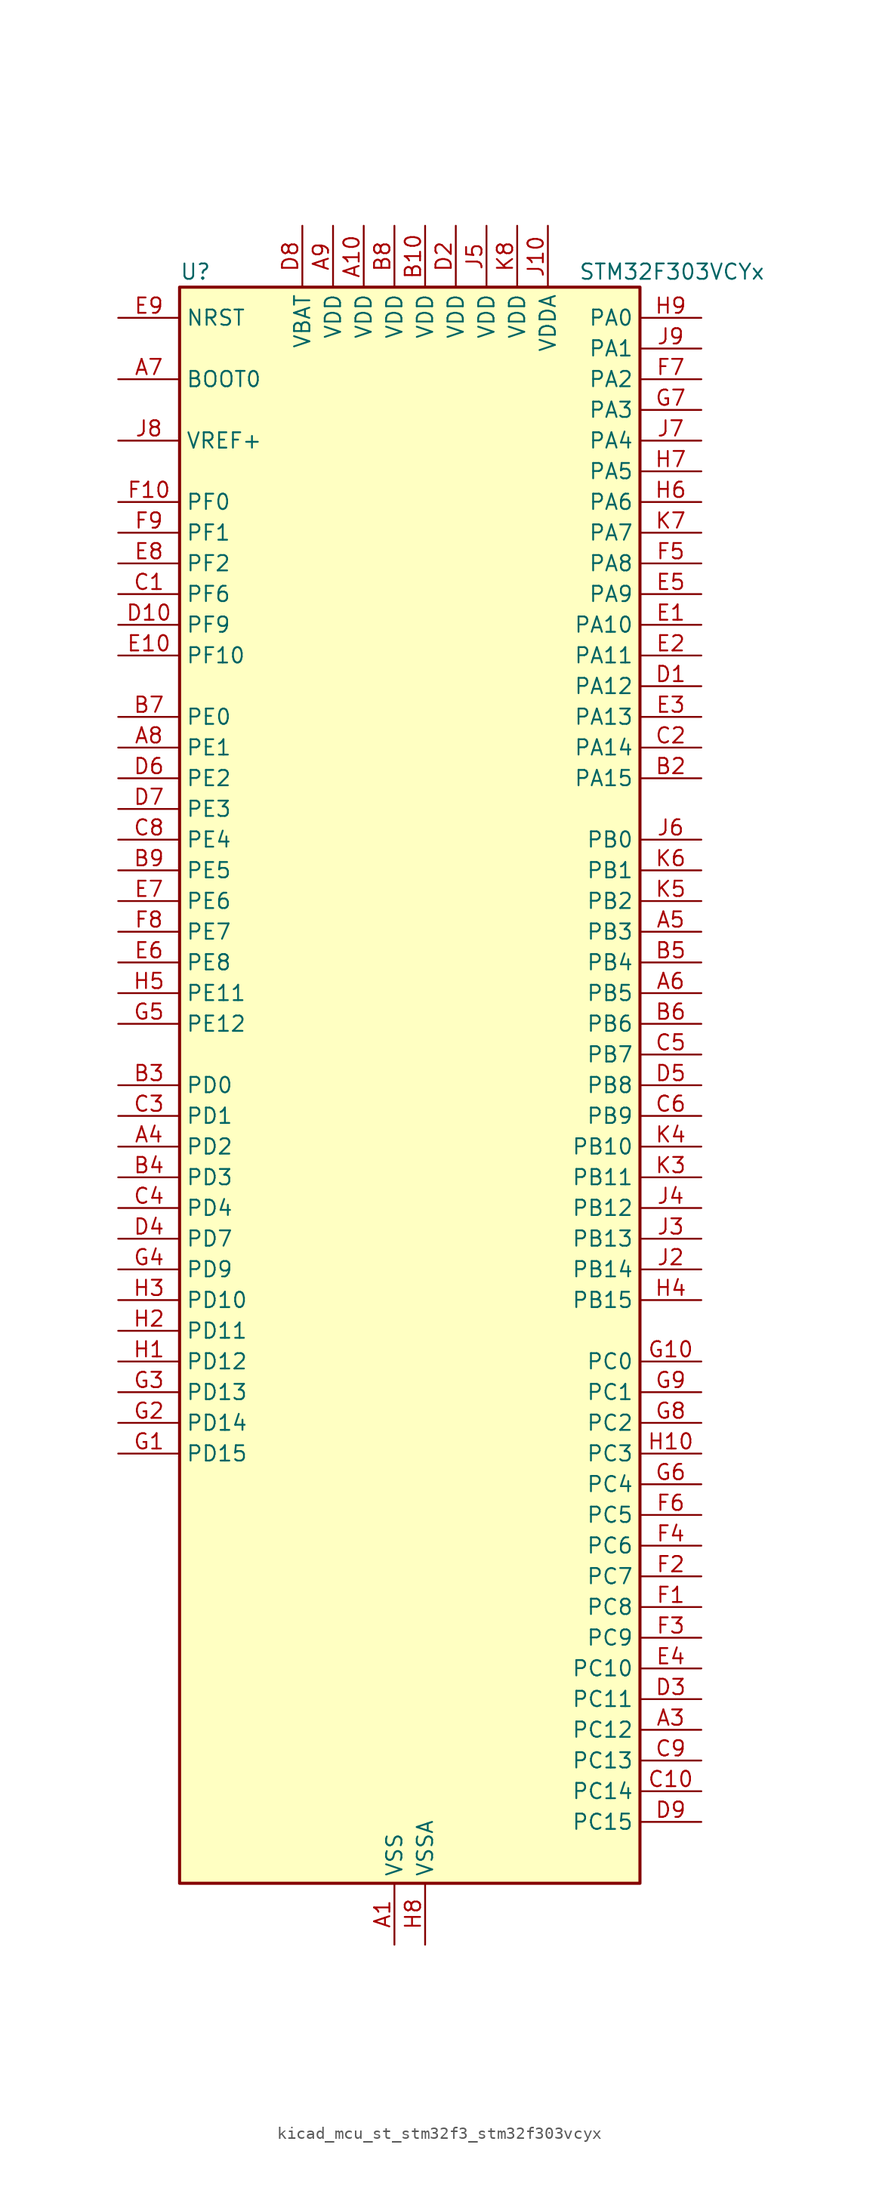
<source format=kicad_sym>
(kicad_symbol_lib
  (version 20220914)
  (generator kicad_symbol_editor)
  (symbol "kicad_mcu_st_stm32f3_stm32f303vcyx"
    (property "Reference" "U"
      (at -17.78 67.31 0)
      (effects (font (size 1.27 1.27)) (justify left)))
    (property "Value" "STM32F303VCYx"
      (at 15.24 67.31 0)
      (effects (font (size 1.27 1.27)) (justify left)))
    (property "ki_locked" ""
      (at 0 0 0)
      (effects (font (size 1.27 1.27))))
    (symbol "kicad_mcu_st_stm32f3_stm32f303vcyx_0_1"
      (rectangle (start -17.78 -66.04) (end 20.32 66.04) (stroke (width 0.254) (type default)) (fill (type background))))
    (symbol "kicad_mcu_st_stm32f3_stm32f303vcyx_1_1"
      (pin power_in line (at 0 -71.12 90) (length 5.08) (name "VSS" (effects (font (size 1.27 1.27)))) (number "A1" (effects (font (size 1.27 1.27)))))
      (pin power_in line (at -2.54 71.12 270) (length 5.08) (name "VDD" (effects (font (size 1.27 1.27)))) (number "A10" (effects (font (size 1.27 1.27)))))
      (pin passive line (at 0 -71.12 90) (length 5.08) hide (name "VSS" (effects (font (size 1.27 1.27)))) (number "A2" (effects (font (size 1.27 1.27)))))
      (pin bidirectional line (at 25.4 -53.34 180) (length 5.08) (name "PC12" (effects (font (size 1.27 1.27)))) (number "A3" (effects (font (size 1.27 1.27)))) (alternate "I2S3_SD" bidirectional line) (alternate "SPI3_MOSI" bidirectional line) (alternate "TIM8_CH3N" bidirectional line) (alternate "UART5_TX" bidirectional line) (alternate "USART3_CK" bidirectional line))
      (pin bidirectional line (at -22.86 -5.08 0) (length 5.08) (name "PD2" (effects (font (size 1.27 1.27)))) (number "A4" (effects (font (size 1.27 1.27)))) (alternate "ADC3_EXTI2" bidirectional line) (alternate "ADC4_EXTI2" bidirectional line) (alternate "TIM3_ETR" bidirectional line) (alternate "TIM8_BKIN" bidirectional line) (alternate "UART5_RX" bidirectional line))
      (pin bidirectional line (at 25.4 12.7 180) (length 5.08) (name "PB3" (effects (font (size 1.27 1.27)))) (number "A5" (effects (font (size 1.27 1.27)))) (alternate "I2S3_CK" bidirectional line) (alternate "SPI1_SCK" bidirectional line) (alternate "SPI3_SCK" bidirectional line) (alternate "SYS_JTDO-TRACESWO" bidirectional line) (alternate "TIM2_CH2" bidirectional line) (alternate "TIM3_ETR" bidirectional line) (alternate "TIM4_ETR" bidirectional line) (alternate "TIM8_CH1N" bidirectional line) (alternate "TSC_G5_IO1" bidirectional line) (alternate "USART2_TX" bidirectional line))
      (pin bidirectional line (at 25.4 7.62 180) (length 5.08) (name "PB5" (effects (font (size 1.27 1.27)))) (number "A6" (effects (font (size 1.27 1.27)))) (alternate "I2C1_SMBA" bidirectional line) (alternate "I2S3_SD" bidirectional line) (alternate "SPI1_MOSI" bidirectional line) (alternate "SPI3_MOSI" bidirectional line) (alternate "TIM16_BKIN" bidirectional line) (alternate "TIM17_CH1" bidirectional line) (alternate "TIM3_CH2" bidirectional line) (alternate "TIM8_CH3N" bidirectional line) (alternate "USART2_CK" bidirectional line))
      (pin input line (at -22.86 58.42 0) (length 5.08) (name "BOOT0" (effects (font (size 1.27 1.27)))) (number "A7" (effects (font (size 1.27 1.27)))))
      (pin bidirectional line (at -22.86 27.94 0) (length 5.08) (name "PE1" (effects (font (size 1.27 1.27)))) (number "A8" (effects (font (size 1.27 1.27)))) (alternate "TIM17_CH1" bidirectional line) (alternate "USART1_RX" bidirectional line))
      (pin power_in line (at -5.08 71.12 270) (length 5.08) (name "VDD" (effects (font (size 1.27 1.27)))) (number "A9" (effects (font (size 1.27 1.27)))))
      (pin passive line (at 0 -71.12 90) (length 5.08) hide (name "VSS" (effects (font (size 1.27 1.27)))) (number "B1" (effects (font (size 1.27 1.27)))))
      (pin power_in line (at 2.54 71.12 270) (length 5.08) (name "VDD" (effects (font (size 1.27 1.27)))) (number "B10" (effects (font (size 1.27 1.27)))))
      (pin bidirectional line (at 25.4 25.4 180) (length 5.08) (name "PA15" (effects (font (size 1.27 1.27)))) (number "B2" (effects (font (size 1.27 1.27)))) (alternate "ADC1_EXTI15" bidirectional line) (alternate "ADC2_EXTI15" bidirectional line) (alternate "I2C1_SCL" bidirectional line) (alternate "I2S3_WS" bidirectional line) (alternate "SPI1_NSS" bidirectional line) (alternate "SPI3_NSS" bidirectional line) (alternate "SYS_JTDI" bidirectional line) (alternate "TIM1_BKIN" bidirectional line) (alternate "TIM2_CH1" bidirectional line) (alternate "TIM2_ETR" bidirectional line) (alternate "TIM8_CH1" bidirectional line) (alternate "USART2_RX" bidirectional line))
      (pin bidirectional line (at -22.86 0 0) (length 5.08) (name "PD0" (effects (font (size 1.27 1.27)))) (number "B3" (effects (font (size 1.27 1.27)))) (alternate "CAN_RX" bidirectional line))
      (pin bidirectional line (at -22.86 -7.62 0) (length 5.08) (name "PD3" (effects (font (size 1.27 1.27)))) (number "B4" (effects (font (size 1.27 1.27)))) (alternate "TIM2_CH1" bidirectional line) (alternate "TIM2_ETR" bidirectional line) (alternate "USART2_CTS" bidirectional line))
      (pin bidirectional line (at 25.4 10.16 180) (length 5.08) (name "PB4" (effects (font (size 1.27 1.27)))) (number "B5" (effects (font (size 1.27 1.27)))) (alternate "I2S3_ext_SD" bidirectional line) (alternate "SPI1_MISO" bidirectional line) (alternate "SPI3_MISO" bidirectional line) (alternate "SYS_NJTRST" bidirectional line) (alternate "TIM16_CH1" bidirectional line) (alternate "TIM17_BKIN" bidirectional line) (alternate "TIM3_CH1" bidirectional line) (alternate "TIM8_CH2N" bidirectional line) (alternate "TSC_G5_IO2" bidirectional line) (alternate "USART2_RX" bidirectional line))
      (pin bidirectional line (at 25.4 5.08 180) (length 5.08) (name "PB6" (effects (font (size 1.27 1.27)))) (number "B6" (effects (font (size 1.27 1.27)))) (alternate "I2C1_SCL" bidirectional line) (alternate "TIM16_CH1N" bidirectional line) (alternate "TIM4_CH1" bidirectional line) (alternate "TIM8_BKIN2" bidirectional line) (alternate "TIM8_CH1" bidirectional line) (alternate "TIM8_ETR" bidirectional line) (alternate "TSC_G5_IO3" bidirectional line) (alternate "USART1_TX" bidirectional line))
      (pin bidirectional line (at -22.86 30.48 0) (length 5.08) (name "PE0" (effects (font (size 1.27 1.27)))) (number "B7" (effects (font (size 1.27 1.27)))) (alternate "TIM16_CH1" bidirectional line) (alternate "TIM4_ETR" bidirectional line) (alternate "USART1_TX" bidirectional line))
      (pin power_in line (at 0 71.12 270) (length 5.08) (name "VDD" (effects (font (size 1.27 1.27)))) (number "B8" (effects (font (size 1.27 1.27)))))
      (pin bidirectional line (at -22.86 17.78 0) (length 5.08) (name "PE5" (effects (font (size 1.27 1.27)))) (number "B9" (effects (font (size 1.27 1.27)))) (alternate "SYS_TRACED2" bidirectional line) (alternate "TIM3_CH4" bidirectional line) (alternate "TSC_G7_IO4" bidirectional line))
      (pin bidirectional line (at -22.86 40.64 0) (length 5.08) (name "PF6" (effects (font (size 1.27 1.27)))) (number "C1" (effects (font (size 1.27 1.27)))) (alternate "I2C2_SCL" bidirectional line) (alternate "TIM4_CH4" bidirectional line) (alternate "USART3_DE" bidirectional line) (alternate "USART3_RTS" bidirectional line))
      (pin bidirectional line (at 25.4 -58.42 180) (length 5.08) (name "PC14" (effects (font (size 1.27 1.27)))) (number "C10" (effects (font (size 1.27 1.27)))) (alternate "RCC_OSC32_IN" bidirectional line))
      (pin bidirectional line (at 25.4 27.94 180) (length 5.08) (name "PA14" (effects (font (size 1.27 1.27)))) (number "C2" (effects (font (size 1.27 1.27)))) (alternate "I2C1_SDA" bidirectional line) (alternate "SYS_JTCK-SWCLK" bidirectional line) (alternate "TIM1_BKIN" bidirectional line) (alternate "TIM8_CH2" bidirectional line) (alternate "TSC_G4_IO4" bidirectional line) (alternate "USART2_TX" bidirectional line))
      (pin bidirectional line (at -22.86 -2.54 0) (length 5.08) (name "PD1" (effects (font (size 1.27 1.27)))) (number "C3" (effects (font (size 1.27 1.27)))) (alternate "CAN_TX" bidirectional line) (alternate "TIM8_BKIN2" bidirectional line) (alternate "TIM8_CH4" bidirectional line))
      (pin bidirectional line (at -22.86 -10.16 0) (length 5.08) (name "PD4" (effects (font (size 1.27 1.27)))) (number "C4" (effects (font (size 1.27 1.27)))) (alternate "TIM2_CH2" bidirectional line) (alternate "USART2_DE" bidirectional line) (alternate "USART2_RTS" bidirectional line))
      (pin bidirectional line (at 25.4 2.54 180) (length 5.08) (name "PB7" (effects (font (size 1.27 1.27)))) (number "C5" (effects (font (size 1.27 1.27)))) (alternate "I2C1_SDA" bidirectional line) (alternate "TIM17_CH1N" bidirectional line) (alternate "TIM3_CH4" bidirectional line) (alternate "TIM4_CH2" bidirectional line) (alternate "TIM8_BKIN" bidirectional line) (alternate "TSC_G5_IO4" bidirectional line) (alternate "USART1_RX" bidirectional line))
      (pin bidirectional line (at 25.4 -2.54 180) (length 5.08) (name "PB9" (effects (font (size 1.27 1.27)))) (number "C6" (effects (font (size 1.27 1.27)))) (alternate "CAN_TX" bidirectional line) (alternate "COMP2_OUT" bidirectional line) (alternate "DAC_EXTI9" bidirectional line) (alternate "I2C1_SDA" bidirectional line) (alternate "IR_OUT" bidirectional line) (alternate "TIM17_CH1" bidirectional line) (alternate "TIM4_CH4" bidirectional line) (alternate "TIM8_CH3" bidirectional line))
      (pin passive line (at 0 -71.12 90) (length 5.08) hide (name "VSS" (effects (font (size 1.27 1.27)))) (number "C7" (effects (font (size 1.27 1.27)))))
      (pin bidirectional line (at -22.86 20.32 0) (length 5.08) (name "PE4" (effects (font (size 1.27 1.27)))) (number "C8" (effects (font (size 1.27 1.27)))) (alternate "SYS_TRACED1" bidirectional line) (alternate "TIM3_CH3" bidirectional line) (alternate "TSC_G7_IO3" bidirectional line))
      (pin bidirectional line (at 25.4 -55.88 180) (length 5.08) (name "PC13" (effects (font (size 1.27 1.27)))) (number "C9" (effects (font (size 1.27 1.27)))) (alternate "RTC_OUT_ALARM" bidirectional line) (alternate "RTC_OUT_CALIB" bidirectional line) (alternate "RTC_TAMP1" bidirectional line) (alternate "RTC_TS" bidirectional line) (alternate "SYS_WKUP2" bidirectional line) (alternate "TIM1_CH1N" bidirectional line))
      (pin bidirectional line (at 25.4 33.02 180) (length 5.08) (name "PA12" (effects (font (size 1.27 1.27)))) (number "D1" (effects (font (size 1.27 1.27)))) (alternate "CAN_TX" bidirectional line) (alternate "COMP2_OUT" bidirectional line) (alternate "TIM16_CH1" bidirectional line) (alternate "TIM1_CH2N" bidirectional line) (alternate "TIM1_ETR" bidirectional line) (alternate "TIM4_CH2" bidirectional line) (alternate "USART1_DE" bidirectional line) (alternate "USART1_RTS" bidirectional line) (alternate "USB_DP" bidirectional line))
      (pin bidirectional line (at -22.86 38.1 0) (length 5.08) (name "PF9" (effects (font (size 1.27 1.27)))) (number "D10" (effects (font (size 1.27 1.27)))) (alternate "DAC_EXTI9" bidirectional line) (alternate "SPI2_SCK" bidirectional line) (alternate "TIM15_CH1" bidirectional line))
      (pin power_in line (at 5.08 71.12 270) (length 5.08) (name "VDD" (effects (font (size 1.27 1.27)))) (number "D2" (effects (font (size 1.27 1.27)))))
      (pin bidirectional line (at 25.4 -50.8 180) (length 5.08) (name "PC11" (effects (font (size 1.27 1.27)))) (number "D3" (effects (font (size 1.27 1.27)))) (alternate "ADC1_EXTI11" bidirectional line) (alternate "ADC2_EXTI11" bidirectional line) (alternate "I2S3_ext_SD" bidirectional line) (alternate "SPI3_MISO" bidirectional line) (alternate "TIM8_CH2N" bidirectional line) (alternate "UART4_RX" bidirectional line) (alternate "USART3_RX" bidirectional line))
      (pin bidirectional line (at -22.86 -12.7 0) (length 5.08) (name "PD7" (effects (font (size 1.27 1.27)))) (number "D4" (effects (font (size 1.27 1.27)))) (alternate "TIM2_CH3" bidirectional line) (alternate "USART2_CK" bidirectional line))
      (pin bidirectional line (at 25.4 0 180) (length 5.08) (name "PB8" (effects (font (size 1.27 1.27)))) (number "D5" (effects (font (size 1.27 1.27)))) (alternate "CAN_RX" bidirectional line) (alternate "COMP1_OUT" bidirectional line) (alternate "I2C1_SCL" bidirectional line) (alternate "TIM16_CH1" bidirectional line) (alternate "TIM1_BKIN" bidirectional line) (alternate "TIM4_CH3" bidirectional line) (alternate "TIM8_CH2" bidirectional line) (alternate "TSC_SYNC" bidirectional line))
      (pin bidirectional line (at -22.86 25.4 0) (length 5.08) (name "PE2" (effects (font (size 1.27 1.27)))) (number "D6" (effects (font (size 1.27 1.27)))) (alternate "ADC3_EXTI2" bidirectional line) (alternate "ADC4_EXTI2" bidirectional line) (alternate "SYS_TRACECK" bidirectional line) (alternate "TIM3_CH1" bidirectional line) (alternate "TSC_G7_IO1" bidirectional line))
      (pin bidirectional line (at -22.86 22.86 0) (length 5.08) (name "PE3" (effects (font (size 1.27 1.27)))) (number "D7" (effects (font (size 1.27 1.27)))) (alternate "SYS_TRACED0" bidirectional line) (alternate "TIM3_CH2" bidirectional line) (alternate "TSC_G7_IO2" bidirectional line))
      (pin power_in line (at -7.62 71.12 270) (length 5.08) (name "VBAT" (effects (font (size 1.27 1.27)))) (number "D8" (effects (font (size 1.27 1.27)))))
      (pin bidirectional line (at 25.4 -60.96 180) (length 5.08) (name "PC15" (effects (font (size 1.27 1.27)))) (number "D9" (effects (font (size 1.27 1.27)))) (alternate "ADC1_EXTI15" bidirectional line) (alternate "ADC2_EXTI15" bidirectional line) (alternate "RCC_OSC32_OUT" bidirectional line))
      (pin bidirectional line (at 25.4 38.1 180) (length 5.08) (name "PA10" (effects (font (size 1.27 1.27)))) (number "E1" (effects (font (size 1.27 1.27)))) (alternate "COMP6_OUT" bidirectional line) (alternate "I2C2_SDA" bidirectional line) (alternate "TIM17_BKIN" bidirectional line) (alternate "TIM1_CH3" bidirectional line) (alternate "TIM2_CH4" bidirectional line) (alternate "TIM8_BKIN" bidirectional line) (alternate "TSC_G4_IO2" bidirectional line) (alternate "USART1_RX" bidirectional line))
      (pin bidirectional line (at -22.86 35.56 0) (length 5.08) (name "PF10" (effects (font (size 1.27 1.27)))) (number "E10" (effects (font (size 1.27 1.27)))) (alternate "SPI2_SCK" bidirectional line) (alternate "TIM15_CH2" bidirectional line))
      (pin bidirectional line (at 25.4 35.56 180) (length 5.08) (name "PA11" (effects (font (size 1.27 1.27)))) (number "E2" (effects (font (size 1.27 1.27)))) (alternate "ADC1_EXTI11" bidirectional line) (alternate "ADC2_EXTI11" bidirectional line) (alternate "CAN_RX" bidirectional line) (alternate "COMP1_OUT" bidirectional line) (alternate "TIM1_BKIN2" bidirectional line) (alternate "TIM1_CH1N" bidirectional line) (alternate "TIM1_CH4" bidirectional line) (alternate "TIM4_CH1" bidirectional line) (alternate "USART1_CTS" bidirectional line) (alternate "USB_DM" bidirectional line))
      (pin bidirectional line (at 25.4 30.48 180) (length 5.08) (name "PA13" (effects (font (size 1.27 1.27)))) (number "E3" (effects (font (size 1.27 1.27)))) (alternate "IR_OUT" bidirectional line) (alternate "SYS_JTMS-SWDIO" bidirectional line) (alternate "TIM16_CH1N" bidirectional line) (alternate "TIM4_CH3" bidirectional line) (alternate "TSC_G4_IO3" bidirectional line) (alternate "USART3_CTS" bidirectional line))
      (pin bidirectional line (at 25.4 -48.26 180) (length 5.08) (name "PC10" (effects (font (size 1.27 1.27)))) (number "E4" (effects (font (size 1.27 1.27)))) (alternate "I2S3_CK" bidirectional line) (alternate "SPI3_SCK" bidirectional line) (alternate "TIM8_CH1N" bidirectional line) (alternate "UART4_TX" bidirectional line) (alternate "USART3_TX" bidirectional line))
      (pin bidirectional line (at 25.4 40.64 180) (length 5.08) (name "PA9" (effects (font (size 1.27 1.27)))) (number "E5" (effects (font (size 1.27 1.27)))) (alternate "COMP5_OUT" bidirectional line) (alternate "DAC_EXTI9" bidirectional line) (alternate "I2C2_SCL" bidirectional line) (alternate "I2S3_MCK" bidirectional line) (alternate "TIM15_BKIN" bidirectional line) (alternate "TIM1_CH2" bidirectional line) (alternate "TIM2_CH3" bidirectional line) (alternate "TSC_G4_IO1" bidirectional line) (alternate "USART1_TX" bidirectional line))
      (pin bidirectional line (at -22.86 10.16 0) (length 5.08) (name "PE8" (effects (font (size 1.27 1.27)))) (number "E6" (effects (font (size 1.27 1.27)))) (alternate "ADC3_IN6" bidirectional line) (alternate "ADC4_IN6" bidirectional line) (alternate "COMP4_INM" bidirectional line) (alternate "TIM1_CH1N" bidirectional line))
      (pin bidirectional line (at -22.86 15.24 0) (length 5.08) (name "PE6" (effects (font (size 1.27 1.27)))) (number "E7" (effects (font (size 1.27 1.27)))) (alternate "RTC_TAMP3" bidirectional line) (alternate "SYS_TRACED3" bidirectional line) (alternate "SYS_WKUP3" bidirectional line))
      (pin bidirectional line (at -22.86 43.18 0) (length 5.08) (name "PF2" (effects (font (size 1.27 1.27)))) (number "E8" (effects (font (size 1.27 1.27)))) (alternate "ADC1_IN10" bidirectional line) (alternate "ADC2_IN10" bidirectional line) (alternate "ADC3_EXTI2" bidirectional line) (alternate "ADC4_EXTI2" bidirectional line))
      (pin input line (at -22.86 63.5 0) (length 5.08) (name "NRST" (effects (font (size 1.27 1.27)))) (number "E9" (effects (font (size 1.27 1.27)))))
      (pin bidirectional line (at 25.4 -43.18 180) (length 5.08) (name "PC8" (effects (font (size 1.27 1.27)))) (number "F1" (effects (font (size 1.27 1.27)))) (alternate "COMP3_OUT" bidirectional line) (alternate "TIM3_CH3" bidirectional line) (alternate "TIM8_CH3" bidirectional line))
      (pin bidirectional line (at -22.86 48.26 0) (length 5.08) (name "PF0" (effects (font (size 1.27 1.27)))) (number "F10" (effects (font (size 1.27 1.27)))) (alternate "I2C2_SDA" bidirectional line) (alternate "RCC_OSC_IN" bidirectional line) (alternate "TIM1_CH3N" bidirectional line))
      (pin bidirectional line (at 25.4 -40.64 180) (length 5.08) (name "PC7" (effects (font (size 1.27 1.27)))) (number "F2" (effects (font (size 1.27 1.27)))) (alternate "COMP5_OUT" bidirectional line) (alternate "I2S3_MCK" bidirectional line) (alternate "TIM3_CH2" bidirectional line) (alternate "TIM8_CH2" bidirectional line))
      (pin bidirectional line (at 25.4 -45.72 180) (length 5.08) (name "PC9" (effects (font (size 1.27 1.27)))) (number "F3" (effects (font (size 1.27 1.27)))) (alternate "DAC_EXTI9" bidirectional line) (alternate "I2S_CKIN" bidirectional line) (alternate "TIM3_CH4" bidirectional line) (alternate "TIM8_BKIN2" bidirectional line) (alternate "TIM8_CH4" bidirectional line))
      (pin bidirectional line (at 25.4 -38.1 180) (length 5.08) (name "PC6" (effects (font (size 1.27 1.27)))) (number "F4" (effects (font (size 1.27 1.27)))) (alternate "COMP6_OUT" bidirectional line) (alternate "I2S2_MCK" bidirectional line) (alternate "TIM3_CH1" bidirectional line) (alternate "TIM8_CH1" bidirectional line))
      (pin bidirectional line (at 25.4 43.18 180) (length 5.08) (name "PA8" (effects (font (size 1.27 1.27)))) (number "F5" (effects (font (size 1.27 1.27)))) (alternate "COMP3_OUT" bidirectional line) (alternate "I2C2_SMBA" bidirectional line) (alternate "I2S2_MCK" bidirectional line) (alternate "RCC_MCO" bidirectional line) (alternate "TIM1_CH1" bidirectional line) (alternate "TIM4_ETR" bidirectional line) (alternate "USART1_CK" bidirectional line))
      (pin bidirectional line (at 25.4 -35.56 180) (length 5.08) (name "PC5" (effects (font (size 1.27 1.27)))) (number "F6" (effects (font (size 1.27 1.27)))) (alternate "ADC2_IN11" bidirectional line) (alternate "OPAMP1_VINM" bidirectional line) (alternate "OPAMP1_VINM_SEC" bidirectional line) (alternate "OPAMP2_VINM" bidirectional line) (alternate "OPAMP2_VINM_SEC" bidirectional line) (alternate "TSC_G3_IO1" bidirectional line) (alternate "USART1_RX" bidirectional line))
      (pin bidirectional line (at 25.4 58.42 180) (length 5.08) (name "PA2" (effects (font (size 1.27 1.27)))) (number "F7" (effects (font (size 1.27 1.27)))) (alternate "ADC1_IN3" bidirectional line) (alternate "ADC3_EXTI2" bidirectional line) (alternate "ADC4_EXTI2" bidirectional line) (alternate "COMP2_INM" bidirectional line) (alternate "COMP2_OUT" bidirectional line) (alternate "OPAMP1_VOUT" bidirectional line) (alternate "TIM15_CH1" bidirectional line) (alternate "TIM2_CH3" bidirectional line) (alternate "TSC_G1_IO3" bidirectional line) (alternate "USART2_TX" bidirectional line))
      (pin bidirectional line (at -22.86 12.7 0) (length 5.08) (name "PE7" (effects (font (size 1.27 1.27)))) (number "F8" (effects (font (size 1.27 1.27)))) (alternate "ADC3_IN13" bidirectional line) (alternate "COMP4_INP" bidirectional line) (alternate "TIM1_ETR" bidirectional line))
      (pin bidirectional line (at -22.86 45.72 0) (length 5.08) (name "PF1" (effects (font (size 1.27 1.27)))) (number "F9" (effects (font (size 1.27 1.27)))) (alternate "I2C2_SCL" bidirectional line) (alternate "RCC_OSC_OUT" bidirectional line))
      (pin bidirectional line (at -22.86 -30.48 0) (length 5.08) (name "PD15" (effects (font (size 1.27 1.27)))) (number "G1" (effects (font (size 1.27 1.27)))) (alternate "ADC1_EXTI15" bidirectional line) (alternate "ADC2_EXTI15" bidirectional line) (alternate "COMP3_INM" bidirectional line) (alternate "SPI2_NSS" bidirectional line) (alternate "TIM4_CH4" bidirectional line) (alternate "TSC_G8_IO4" bidirectional line))
      (pin bidirectional line (at 25.4 -22.86 180) (length 5.08) (name "PC0" (effects (font (size 1.27 1.27)))) (number "G10" (effects (font (size 1.27 1.27)))) (alternate "ADC1_IN6" bidirectional line) (alternate "ADC2_IN6" bidirectional line) (alternate "COMP7_INM" bidirectional line))
      (pin bidirectional line (at -22.86 -27.94 0) (length 5.08) (name "PD14" (effects (font (size 1.27 1.27)))) (number "G2" (effects (font (size 1.27 1.27)))) (alternate "ADC3_IN11" bidirectional line) (alternate "ADC4_IN11" bidirectional line) (alternate "COMP3_INP" bidirectional line) (alternate "OPAMP2_VINP" bidirectional line) (alternate "OPAMP2_VINP_SEC" bidirectional line) (alternate "TIM4_CH3" bidirectional line) (alternate "TSC_G8_IO3" bidirectional line))
      (pin bidirectional line (at -22.86 -25.4 0) (length 5.08) (name "PD13" (effects (font (size 1.27 1.27)))) (number "G3" (effects (font (size 1.27 1.27)))) (alternate "ADC3_IN10" bidirectional line) (alternate "ADC4_IN10" bidirectional line) (alternate "COMP5_INM" bidirectional line) (alternate "TIM4_CH2" bidirectional line) (alternate "TSC_G8_IO2" bidirectional line))
      (pin bidirectional line (at -22.86 -15.24 0) (length 5.08) (name "PD9" (effects (font (size 1.27 1.27)))) (number "G4" (effects (font (size 1.27 1.27)))) (alternate "ADC4_IN13" bidirectional line) (alternate "DAC_EXTI9" bidirectional line) (alternate "USART3_RX" bidirectional line))
      (pin bidirectional line (at -22.86 5.08 0) (length 5.08) (name "PE12" (effects (font (size 1.27 1.27)))) (number "G5" (effects (font (size 1.27 1.27)))) (alternate "ADC3_IN16" bidirectional line) (alternate "TIM1_CH3N" bidirectional line))
      (pin bidirectional line (at 25.4 -33.02 180) (length 5.08) (name "PC4" (effects (font (size 1.27 1.27)))) (number "G6" (effects (font (size 1.27 1.27)))) (alternate "ADC2_IN5" bidirectional line) (alternate "USART1_TX" bidirectional line))
      (pin bidirectional line (at 25.4 55.88 180) (length 5.08) (name "PA3" (effects (font (size 1.27 1.27)))) (number "G7" (effects (font (size 1.27 1.27)))) (alternate "ADC1_IN4" bidirectional line) (alternate "COMP2_INP" bidirectional line) (alternate "OPAMP1_VINM" bidirectional line) (alternate "OPAMP1_VINM_SEC" bidirectional line) (alternate "OPAMP1_VINP" bidirectional line) (alternate "OPAMP1_VINP_SEC" bidirectional line) (alternate "TIM15_CH2" bidirectional line) (alternate "TIM2_CH4" bidirectional line) (alternate "TSC_G1_IO4" bidirectional line) (alternate "USART2_RX" bidirectional line))
      (pin bidirectional line (at 25.4 -27.94 180) (length 5.08) (name "PC2" (effects (font (size 1.27 1.27)))) (number "G8" (effects (font (size 1.27 1.27)))) (alternate "ADC1_IN8" bidirectional line) (alternate "ADC2_IN8" bidirectional line) (alternate "ADC3_EXTI2" bidirectional line) (alternate "ADC4_EXTI2" bidirectional line) (alternate "COMP7_OUT" bidirectional line))
      (pin bidirectional line (at 25.4 -25.4 180) (length 5.08) (name "PC1" (effects (font (size 1.27 1.27)))) (number "G9" (effects (font (size 1.27 1.27)))) (alternate "ADC1_IN7" bidirectional line) (alternate "ADC2_IN7" bidirectional line) (alternate "COMP7_INP" bidirectional line))
      (pin bidirectional line (at -22.86 -22.86 0) (length 5.08) (name "PD12" (effects (font (size 1.27 1.27)))) (number "H1" (effects (font (size 1.27 1.27)))) (alternate "ADC3_IN9" bidirectional line) (alternate "ADC4_IN9" bidirectional line) (alternate "COMP5_INP" bidirectional line) (alternate "TIM4_CH1" bidirectional line) (alternate "TSC_G8_IO1" bidirectional line) (alternate "USART3_DE" bidirectional line) (alternate "USART3_RTS" bidirectional line))
      (pin bidirectional line (at 25.4 -30.48 180) (length 5.08) (name "PC3" (effects (font (size 1.27 1.27)))) (number "H10" (effects (font (size 1.27 1.27)))) (alternate "ADC1_IN9" bidirectional line) (alternate "ADC2_IN9" bidirectional line) (alternate "TIM1_BKIN2" bidirectional line))
      (pin bidirectional line (at -22.86 -20.32 0) (length 5.08) (name "PD11" (effects (font (size 1.27 1.27)))) (number "H2" (effects (font (size 1.27 1.27)))) (alternate "ADC1_EXTI11" bidirectional line) (alternate "ADC2_EXTI11" bidirectional line) (alternate "ADC3_IN8" bidirectional line) (alternate "ADC4_IN8" bidirectional line) (alternate "COMP6_INP" bidirectional line) (alternate "OPAMP4_VINP" bidirectional line) (alternate "OPAMP4_VINP_SEC" bidirectional line) (alternate "USART3_CTS" bidirectional line))
      (pin bidirectional line (at -22.86 -17.78 0) (length 5.08) (name "PD10" (effects (font (size 1.27 1.27)))) (number "H3" (effects (font (size 1.27 1.27)))) (alternate "ADC3_IN7" bidirectional line) (alternate "ADC4_IN7" bidirectional line) (alternate "COMP6_INM" bidirectional line) (alternate "USART3_CK" bidirectional line))
      (pin bidirectional line (at 25.4 -17.78 180) (length 5.08) (name "PB15" (effects (font (size 1.27 1.27)))) (number "H4" (effects (font (size 1.27 1.27)))) (alternate "ADC1_EXTI15" bidirectional line) (alternate "ADC2_EXTI15" bidirectional line) (alternate "ADC4_IN5" bidirectional line) (alternate "COMP6_INM" bidirectional line) (alternate "I2S2_SD" bidirectional line) (alternate "RTC_REFIN" bidirectional line) (alternate "SPI2_MOSI" bidirectional line) (alternate "TIM15_CH1N" bidirectional line) (alternate "TIM15_CH2" bidirectional line) (alternate "TIM1_CH3N" bidirectional line))
      (pin bidirectional line (at -22.86 7.62 0) (length 5.08) (name "PE11" (effects (font (size 1.27 1.27)))) (number "H5" (effects (font (size 1.27 1.27)))) (alternate "ADC1_EXTI11" bidirectional line) (alternate "ADC2_EXTI11" bidirectional line) (alternate "ADC3_IN15" bidirectional line) (alternate "TIM1_CH2" bidirectional line))
      (pin bidirectional line (at 25.4 48.26 180) (length 5.08) (name "PA6" (effects (font (size 1.27 1.27)))) (number "H6" (effects (font (size 1.27 1.27)))) (alternate "ADC2_IN3" bidirectional line) (alternate "COMP1_OUT" bidirectional line) (alternate "OPAMP2_VOUT" bidirectional line) (alternate "SPI1_MISO" bidirectional line) (alternate "TIM16_CH1" bidirectional line) (alternate "TIM1_BKIN" bidirectional line) (alternate "TIM3_CH1" bidirectional line) (alternate "TIM8_BKIN" bidirectional line) (alternate "TSC_G2_IO3" bidirectional line))
      (pin bidirectional line (at 25.4 50.8 180) (length 5.08) (name "PA5" (effects (font (size 1.27 1.27)))) (number "H7" (effects (font (size 1.27 1.27)))) (alternate "ADC2_IN2" bidirectional line) (alternate "COMP1_INM" bidirectional line) (alternate "COMP2_INM" bidirectional line) (alternate "COMP3_INM" bidirectional line) (alternate "COMP4_INM" bidirectional line) (alternate "COMP5_INM" bidirectional line) (alternate "COMP6_INM" bidirectional line) (alternate "COMP7_INM" bidirectional line) (alternate "DAC_OUT2" bidirectional line) (alternate "OPAMP1_VINP" bidirectional line) (alternate "OPAMP1_VINP_SEC" bidirectional line) (alternate "OPAMP2_VINM" bidirectional line) (alternate "OPAMP2_VINM_SEC" bidirectional line) (alternate "OPAMP3_VINP" bidirectional line) (alternate "OPAMP3_VINP_SEC" bidirectional line) (alternate "SPI1_SCK" bidirectional line) (alternate "TIM2_CH1" bidirectional line) (alternate "TIM2_ETR" bidirectional line) (alternate "TSC_G2_IO2" bidirectional line))
      (pin power_in line (at 2.54 -71.12 90) (length 5.08) (name "VSSA" (effects (font (size 1.27 1.27)))) (number "H8" (effects (font (size 1.27 1.27)))))
      (pin bidirectional line (at 25.4 63.5 180) (length 5.08) (name "PA0" (effects (font (size 1.27 1.27)))) (number "H9" (effects (font (size 1.27 1.27)))) (alternate "ADC1_IN1" bidirectional line) (alternate "COMP1_INM" bidirectional line) (alternate "COMP1_OUT" bidirectional line) (alternate "COMP7_INP" bidirectional line) (alternate "RTC_TAMP2" bidirectional line) (alternate "SYS_WKUP1" bidirectional line) (alternate "TIM2_CH1" bidirectional line) (alternate "TIM2_ETR" bidirectional line) (alternate "TIM8_BKIN" bidirectional line) (alternate "TIM8_ETR" bidirectional line) (alternate "TSC_G1_IO1" bidirectional line) (alternate "USART2_CTS" bidirectional line))
      (pin passive line (at 0 -71.12 90) (length 5.08) hide (name "VSS" (effects (font (size 1.27 1.27)))) (number "J1" (effects (font (size 1.27 1.27)))))
      (pin power_in line (at 12.7 71.12 270) (length 5.08) (name "VDDA" (effects (font (size 1.27 1.27)))) (number "J10" (effects (font (size 1.27 1.27)))))
      (pin bidirectional line (at 25.4 -15.24 180) (length 5.08) (name "PB14" (effects (font (size 1.27 1.27)))) (number "J2" (effects (font (size 1.27 1.27)))) (alternate "ADC4_IN4" bidirectional line) (alternate "COMP3_INP" bidirectional line) (alternate "I2S2_ext_SD" bidirectional line) (alternate "OPAMP2_VINP" bidirectional line) (alternate "OPAMP2_VINP_SEC" bidirectional line) (alternate "SPI2_MISO" bidirectional line) (alternate "TIM15_CH1" bidirectional line) (alternate "TIM1_CH2N" bidirectional line) (alternate "TSC_G6_IO4" bidirectional line) (alternate "USART3_DE" bidirectional line) (alternate "USART3_RTS" bidirectional line))
      (pin bidirectional line (at 25.4 -12.7 180) (length 5.08) (name "PB13" (effects (font (size 1.27 1.27)))) (number "J3" (effects (font (size 1.27 1.27)))) (alternate "ADC3_IN5" bidirectional line) (alternate "COMP5_INP" bidirectional line) (alternate "I2S2_CK" bidirectional line) (alternate "OPAMP3_VINP" bidirectional line) (alternate "OPAMP3_VINP_SEC" bidirectional line) (alternate "OPAMP4_VINP" bidirectional line) (alternate "OPAMP4_VINP_SEC" bidirectional line) (alternate "SPI2_SCK" bidirectional line) (alternate "TIM1_CH1N" bidirectional line) (alternate "TSC_G6_IO3" bidirectional line) (alternate "USART3_CTS" bidirectional line))
      (pin bidirectional line (at 25.4 -10.16 180) (length 5.08) (name "PB12" (effects (font (size 1.27 1.27)))) (number "J4" (effects (font (size 1.27 1.27)))) (alternate "ADC4_IN3" bidirectional line) (alternate "COMP3_INM" bidirectional line) (alternate "I2C2_SMBA" bidirectional line) (alternate "I2S2_WS" bidirectional line) (alternate "OPAMP4_VOUT" bidirectional line) (alternate "SPI2_NSS" bidirectional line) (alternate "TIM1_BKIN" bidirectional line) (alternate "TSC_G6_IO2" bidirectional line) (alternate "USART3_CK" bidirectional line))
      (pin power_in line (at 7.62 71.12 270) (length 5.08) (name "VDD" (effects (font (size 1.27 1.27)))) (number "J5" (effects (font (size 1.27 1.27)))))
      (pin bidirectional line (at 25.4 20.32 180) (length 5.08) (name "PB0" (effects (font (size 1.27 1.27)))) (number "J6" (effects (font (size 1.27 1.27)))) (alternate "ADC3_IN12" bidirectional line) (alternate "COMP4_INP" bidirectional line) (alternate "OPAMP2_VINP" bidirectional line) (alternate "OPAMP2_VINP_SEC" bidirectional line) (alternate "OPAMP3_VINP" bidirectional line) (alternate "OPAMP3_VINP_SEC" bidirectional line) (alternate "TIM1_CH2N" bidirectional line) (alternate "TIM3_CH3" bidirectional line) (alternate "TIM8_CH2N" bidirectional line) (alternate "TSC_G3_IO2" bidirectional line))
      (pin bidirectional line (at 25.4 53.34 180) (length 5.08) (name "PA4" (effects (font (size 1.27 1.27)))) (number "J7" (effects (font (size 1.27 1.27)))) (alternate "ADC2_IN1" bidirectional line) (alternate "COMP1_INM" bidirectional line) (alternate "COMP2_INM" bidirectional line) (alternate "COMP3_INM" bidirectional line) (alternate "COMP4_INM" bidirectional line) (alternate "COMP5_INM" bidirectional line) (alternate "COMP6_INM" bidirectional line) (alternate "COMP7_INM" bidirectional line) (alternate "DAC_OUT1" bidirectional line) (alternate "I2S3_WS" bidirectional line) (alternate "OPAMP4_VINP" bidirectional line) (alternate "OPAMP4_VINP_SEC" bidirectional line) (alternate "SPI1_NSS" bidirectional line) (alternate "SPI3_NSS" bidirectional line) (alternate "TIM3_CH2" bidirectional line) (alternate "TSC_G2_IO1" bidirectional line) (alternate "USART2_CK" bidirectional line))
      (pin input line (at -22.86 53.34 0) (length 5.08) (name "VREF+" (effects (font (size 1.27 1.27)))) (number "J8" (effects (font (size 1.27 1.27)))))
      (pin bidirectional line (at 25.4 60.96 180) (length 5.08) (name "PA1" (effects (font (size 1.27 1.27)))) (number "J9" (effects (font (size 1.27 1.27)))) (alternate "ADC1_IN2" bidirectional line) (alternate "COMP1_INP" bidirectional line) (alternate "OPAMP1_VINP" bidirectional line) (alternate "OPAMP1_VINP_SEC" bidirectional line) (alternate "OPAMP3_VINP" bidirectional line) (alternate "OPAMP3_VINP_SEC" bidirectional line) (alternate "RTC_REFIN" bidirectional line) (alternate "TIM15_CH1N" bidirectional line) (alternate "TIM2_CH2" bidirectional line) (alternate "TSC_G1_IO2" bidirectional line) (alternate "USART2_DE" bidirectional line) (alternate "USART2_RTS" bidirectional line))
      (pin passive line (at 0 -71.12 90) (length 5.08) hide (name "VSS" (effects (font (size 1.27 1.27)))) (number "K1" (effects (font (size 1.27 1.27)))))
      (pin passive line (at 0 -71.12 90) (length 5.08) hide (name "VSS" (effects (font (size 1.27 1.27)))) (number "K10" (effects (font (size 1.27 1.27)))))
      (pin passive line (at 0 -71.12 90) (length 5.08) hide (name "VSS" (effects (font (size 1.27 1.27)))) (number "K2" (effects (font (size 1.27 1.27)))))
      (pin bidirectional line (at 25.4 -7.62 180) (length 5.08) (name "PB11" (effects (font (size 1.27 1.27)))) (number "K3" (effects (font (size 1.27 1.27)))) (alternate "ADC1_EXTI11" bidirectional line) (alternate "ADC2_EXTI11" bidirectional line) (alternate "COMP6_INP" bidirectional line) (alternate "OPAMP4_VINP" bidirectional line) (alternate "OPAMP4_VINP_SEC" bidirectional line) (alternate "TIM2_CH4" bidirectional line) (alternate "TSC_G6_IO1" bidirectional line) (alternate "USART3_RX" bidirectional line))
      (pin bidirectional line (at 25.4 -5.08 180) (length 5.08) (name "PB10" (effects (font (size 1.27 1.27)))) (number "K4" (effects (font (size 1.27 1.27)))) (alternate "COMP5_INM" bidirectional line) (alternate "OPAMP3_VINM" bidirectional line) (alternate "OPAMP3_VINM_SEC" bidirectional line) (alternate "OPAMP4_VINM" bidirectional line) (alternate "OPAMP4_VINM_SEC" bidirectional line) (alternate "TIM2_CH3" bidirectional line) (alternate "TSC_SYNC" bidirectional line) (alternate "USART3_TX" bidirectional line))
      (pin bidirectional line (at 25.4 15.24 180) (length 5.08) (name "PB2" (effects (font (size 1.27 1.27)))) (number "K5" (effects (font (size 1.27 1.27)))) (alternate "ADC2_IN12" bidirectional line) (alternate "ADC3_EXTI2" bidirectional line) (alternate "ADC4_EXTI2" bidirectional line) (alternate "COMP4_INM" bidirectional line) (alternate "OPAMP3_VINM" bidirectional line) (alternate "OPAMP3_VINM_SEC" bidirectional line) (alternate "TSC_G3_IO4" bidirectional line))
      (pin bidirectional line (at 25.4 17.78 180) (length 5.08) (name "PB1" (effects (font (size 1.27 1.27)))) (number "K6" (effects (font (size 1.27 1.27)))) (alternate "ADC3_IN1" bidirectional line) (alternate "COMP4_OUT" bidirectional line) (alternate "OPAMP3_VOUT" bidirectional line) (alternate "TIM1_CH3N" bidirectional line) (alternate "TIM3_CH4" bidirectional line) (alternate "TIM8_CH3N" bidirectional line) (alternate "TSC_G3_IO3" bidirectional line))
      (pin bidirectional line (at 25.4 45.72 180) (length 5.08) (name "PA7" (effects (font (size 1.27 1.27)))) (number "K7" (effects (font (size 1.27 1.27)))) (alternate "ADC2_IN4" bidirectional line) (alternate "COMP2_INP" bidirectional line) (alternate "COMP2_OUT" bidirectional line) (alternate "OPAMP1_VINP" bidirectional line) (alternate "OPAMP1_VINP_SEC" bidirectional line) (alternate "OPAMP2_VINP" bidirectional line) (alternate "OPAMP2_VINP_SEC" bidirectional line) (alternate "SPI1_MOSI" bidirectional line) (alternate "TIM17_CH1" bidirectional line) (alternate "TIM1_CH1N" bidirectional line) (alternate "TIM3_CH2" bidirectional line) (alternate "TIM8_CH1N" bidirectional line) (alternate "TSC_G2_IO4" bidirectional line))
      (pin power_in line (at 10.16 71.12 270) (length 5.08) (name "VDD" (effects (font (size 1.27 1.27)))) (number "K8" (effects (font (size 1.27 1.27)))))
      (pin passive line (at 0 -71.12 90) (length 5.08) hide (name "VSS" (effects (font (size 1.27 1.27)))) (number "K9" (effects (font (size 1.27 1.27))))))))
</source>
